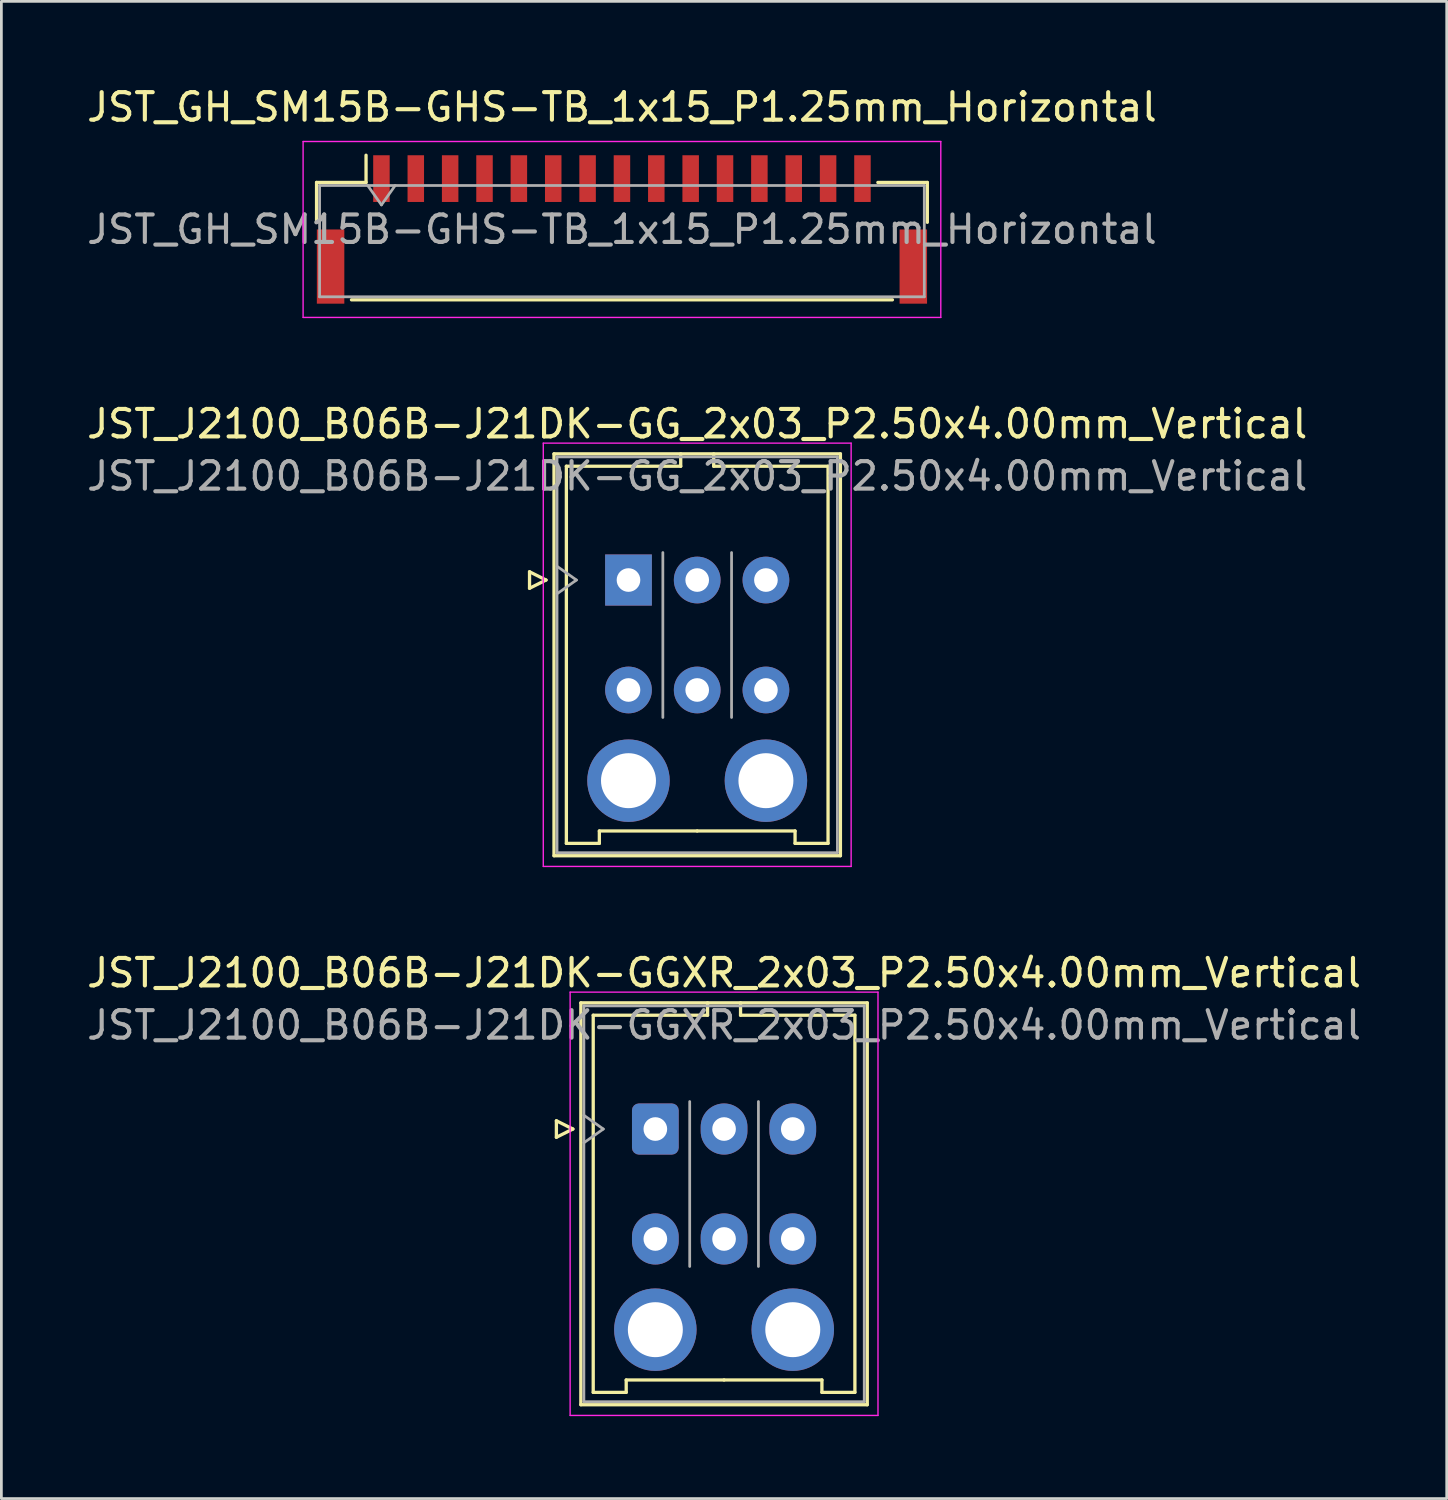
<source format=kicad_pcb>
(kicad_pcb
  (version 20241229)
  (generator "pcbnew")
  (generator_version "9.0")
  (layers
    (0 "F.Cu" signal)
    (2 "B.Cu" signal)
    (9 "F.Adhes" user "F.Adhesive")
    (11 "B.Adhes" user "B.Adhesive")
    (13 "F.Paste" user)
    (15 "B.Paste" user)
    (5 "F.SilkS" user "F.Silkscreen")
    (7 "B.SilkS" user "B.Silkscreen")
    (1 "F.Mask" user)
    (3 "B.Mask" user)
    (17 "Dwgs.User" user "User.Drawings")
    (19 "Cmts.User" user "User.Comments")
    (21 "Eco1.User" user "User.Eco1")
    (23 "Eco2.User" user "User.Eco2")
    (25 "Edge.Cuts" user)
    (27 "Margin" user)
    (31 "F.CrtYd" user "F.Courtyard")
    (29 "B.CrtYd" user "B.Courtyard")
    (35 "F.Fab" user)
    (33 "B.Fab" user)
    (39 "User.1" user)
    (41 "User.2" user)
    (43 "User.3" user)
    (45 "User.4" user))
  (footprint "JST_J2100_B06B-J21DK-GGXR_2x03_P2.50x4.00mm_Vertical"
    (layer "F.Cu")
    (at 20.792 38.025)
    (property "Reference" "JST_J2100_B06B-J21DK-GGXR_2x03_P2.50x4.00mm_Vertical" (at 2.5 -5.68 0) (layer "F.SilkS") (effects (font (size 1 1) (thickness 0.15))))
    (attr through_hole)
    (fp_line (start -3.6 -0.3) (end -3 0) (stroke (width 0.12) (type solid)) (layer "F.SilkS"))
    (fp_line (start -3.6 0.3) (end -3.6 -0.3) (stroke (width 0.12) (type solid)) (layer "F.SilkS"))
    (fp_line (start -3 0) (end -3.6 0.3) (stroke (width 0.12) (type solid)) (layer "F.SilkS"))
    (fp_line (start -2.71 -4.59) (end -2.71 10.03) (stroke (width 0.12) (type solid)) (layer "F.SilkS"))
    (fp_line (start -2.71 10.03) (end 7.71 10.03) (stroke (width 0.12) (type solid)) (layer "F.SilkS"))
    (fp_line (start -2.26 -4.14) (end -2.26 9.58) (stroke (width 0.12) (type solid)) (layer "F.SilkS"))
    (fp_line (start -2.26 9.58) (end -1.06 9.58) (stroke (width 0.12) (type solid)) (layer "F.SilkS"))
    (fp_line (start -1.06 9.13) (end 2.5 9.13) (stroke (width 0.12) (type solid)) (layer "F.SilkS"))
    (fp_line (start -1.06 9.58) (end -1.06 9.13) (stroke (width 0.12) (type solid)) (layer "F.SilkS"))
    (fp_line (start 1.9 -4.59) (end 1.9 -4.14) (stroke (width 0.12) (type solid)) (layer "F.SilkS"))
    (fp_line (start 1.9 -4.14) (end -2.26 -4.14) (stroke (width 0.12) (type solid)) (layer "F.SilkS"))
    (fp_line (start 3.1 -4.59) (end 3.1 -4.14) (stroke (width 0.12) (type solid)) (layer "F.SilkS"))
    (fp_line (start 3.1 -4.14) (end 7.26 -4.14) (stroke (width 0.12) (type solid)) (layer "F.SilkS"))
    (fp_line (start 6.06 9.13) (end 2.5 9.13) (stroke (width 0.12) (type solid)) (layer "F.SilkS"))
    (fp_line (start 6.06 9.58) (end 6.06 9.13) (stroke (width 0.12) (type solid)) (layer "F.SilkS"))
    (fp_line (start 7.26 -4.14) (end 7.26 9.58) (stroke (width 0.12) (type solid)) (layer "F.SilkS"))
    (fp_line (start 7.26 9.58) (end 6.06 9.58) (stroke (width 0.12) (type solid)) (layer "F.SilkS"))
    (fp_line (start 7.71 -4.59) (end -2.71 -4.59) (stroke (width 0.12) (type solid)) (layer "F.SilkS"))
    (fp_line (start 7.71 10.03) (end 7.71 -4.59) (stroke (width 0.12) (type solid)) (layer "F.SilkS"))
    (fp_line (start -3.1 -4.98) (end -3.1 10.42) (stroke (width 0.05) (type solid)) (layer "F.CrtYd"))
    (fp_line (start -3.1 10.42) (end 8.1 10.42) (stroke (width 0.05) (type solid)) (layer "F.CrtYd"))
    (fp_line (start 8.1 -4.98) (end -3.1 -4.98) (stroke (width 0.05) (type solid)) (layer "F.CrtYd"))
    (fp_line (start 8.1 10.42) (end 8.1 -4.98) (stroke (width 0.05) (type solid)) (layer "F.CrtYd"))
    (fp_line (start -2.6 -4.48) (end -2.6 9.92) (stroke (width 0.1) (type solid)) (layer "F.Fab"))
    (fp_line (start -2.6 0.5) (end -1.893 0) (stroke (width 0.1) (type solid)) (layer "F.Fab"))
    (fp_line (start -2.6 9.92) (end 7.6 9.92) (stroke (width 0.1) (type solid)) (layer "F.Fab"))
    (fp_line (start -1.893 0) (end -2.6 -0.5) (stroke (width 0.1) (type solid)) (layer "F.Fab"))
    (fp_line (start 1.25 5) (end 1.25 -1) (stroke (width 0.1) (type solid)) (layer "F.Fab"))
    (fp_line (start 3.75 5) (end 3.75 -1) (stroke (width 0.1) (type solid)) (layer "F.Fab"))
    (fp_line (start 7.6 -4.48) (end -2.6 -4.48) (stroke (width 0.1) (type solid)) (layer "F.Fab"))
    (fp_line (start 7.6 9.92) (end 7.6 -4.48) (stroke (width 0.1) (type solid)) (layer "F.Fab"))
    (fp_text user "${REFERENCE}" (at 2.5 -3.78 0) (layer "F.Fab") (effects (font (size 1 1) (thickness 0.15))))
    (pad "" thru_hole circle (at 0 7.3) (size 3 3) (drill 2) (layers "*.Cu" "*.Mask"))
    (pad "" thru_hole circle (at 5 7.3) (size 3 3) (drill 2) (layers "*.Cu" "*.Mask"))
    (pad "1" thru_hole roundrect (at 0 0) (size 1.7 1.86) (drill 0.86) (layers "*.Cu" "*.Mask") (roundrect_rratio 0.147))
    (pad "2" thru_hole oval (at 2.5 0) (size 1.7 1.86) (drill 0.86) (layers "*.Cu" "*.Mask"))
    (pad "3" thru_hole oval (at 5 0) (size 1.7 1.86) (drill 0.86) (layers "*.Cu" "*.Mask"))
    (pad "4" thru_hole oval (at 0 4) (size 1.7 1.86) (drill 0.86) (layers "*.Cu" "*.Mask"))
    (pad "5" thru_hole oval (at 2.5 4) (size 1.7 1.86) (drill 0.86) (layers "*.Cu" "*.Mask"))
    (pad "6" thru_hole oval (at 5 4) (size 1.7 1.86) (drill 0.86) (layers "*.Cu" "*.Mask")))
  (footprint "JST_GH_SM15B-GHS-TB_1x15_P1.25mm_Horizontal"
    (layer "F.Cu")
    (at 19.577 5.298)
    (property "Reference" "JST_GH_SM15B-GHS-TB_1x15_P1.25mm_Horizontal" (at 0 -4.45 0) (layer "F.SilkS") (effects (font (size 1 1) (thickness 0.15))))
    (attr smd)
    (fp_line (start -11.11 -1.71) (end -9.31 -1.71) (stroke (width 0.12) (type solid)) (layer "F.SilkS"))
    (fp_line (start -11.11 -0.26) (end -11.11 -1.71) (stroke (width 0.12) (type solid)) (layer "F.SilkS"))
    (fp_line (start -9.84 2.56) (end 9.84 2.56) (stroke (width 0.12) (type solid)) (layer "F.SilkS"))
    (fp_line (start -9.31 -1.71) (end -9.31 -2.7) (stroke (width 0.12) (type solid)) (layer "F.SilkS"))
    (fp_line (start 11.11 -1.71) (end 9.31 -1.71) (stroke (width 0.12) (type solid)) (layer "F.SilkS"))
    (fp_line (start 11.11 -0.26) (end 11.11 -1.71) (stroke (width 0.12) (type solid)) (layer "F.SilkS"))
    (fp_line (start -11.6 -3.2) (end -11.6 3.2) (stroke (width 0.05) (type solid)) (layer "F.CrtYd"))
    (fp_line (start -11.6 3.2) (end 11.6 3.2) (stroke (width 0.05) (type solid)) (layer "F.CrtYd"))
    (fp_line (start 11.6 -3.2) (end -11.6 -3.2) (stroke (width 0.05) (type solid)) (layer "F.CrtYd"))
    (fp_line (start 11.6 3.2) (end 11.6 -3.2) (stroke (width 0.05) (type solid)) (layer "F.CrtYd"))
    (fp_line (start -11 -1.6) (end -11 2.45) (stroke (width 0.1) (type solid)) (layer "F.Fab"))
    (fp_line (start -11 -1.6) (end 11 -1.6) (stroke (width 0.1) (type solid)) (layer "F.Fab"))
    (fp_line (start -11 2.45) (end 11 2.45) (stroke (width 0.1) (type solid)) (layer "F.Fab"))
    (fp_line (start -9.25 -1.6) (end -8.75 -0.893) (stroke (width 0.1) (type solid)) (layer "F.Fab"))
    (fp_line (start -8.75 -0.893) (end -8.25 -1.6) (stroke (width 0.1) (type solid)) (layer "F.Fab"))
    (fp_line (start 11 -1.6) (end 11 2.45) (stroke (width 0.1) (type solid)) (layer "F.Fab"))
    (fp_text user "${REFERENCE}" (at 0 0 0) (layer "F.Fab") (effects (font (size 1 1) (thickness 0.15))))
    (pad "" smd rect (at -10.6 1.35) (size 1 2.7) (layers "F.Cu" "F.Mask" "F.Paste"))
    (pad "" smd rect (at 10.6 1.35) (size 1 2.7) (layers "F.Cu" "F.Mask" "F.Paste"))
    (pad "1" smd rect (at -8.75 -1.85) (size 0.6 1.7) (layers "F.Cu" "F.Mask" "F.Paste"))
    (pad "2" smd rect (at -7.5 -1.85) (size 0.6 1.7) (layers "F.Cu" "F.Mask" "F.Paste"))
    (pad "3" smd rect (at -6.25 -1.85) (size 0.6 1.7) (layers "F.Cu" "F.Mask" "F.Paste"))
    (pad "4" smd rect (at -5 -1.85) (size 0.6 1.7) (layers "F.Cu" "F.Mask" "F.Paste"))
    (pad "5" smd rect (at -3.75 -1.85) (size 0.6 1.7) (layers "F.Cu" "F.Mask" "F.Paste"))
    (pad "6" smd rect (at -2.5 -1.85) (size 0.6 1.7) (layers "F.Cu" "F.Mask" "F.Paste"))
    (pad "7" smd rect (at -1.25 -1.85) (size 0.6 1.7) (layers "F.Cu" "F.Mask" "F.Paste"))
    (pad "8" smd rect (at 0 -1.85) (size 0.6 1.7) (layers "F.Cu" "F.Mask" "F.Paste"))
    (pad "9" smd rect (at 1.25 -1.85) (size 0.6 1.7) (layers "F.Cu" "F.Mask" "F.Paste"))
    (pad "10" smd rect (at 2.5 -1.85) (size 0.6 1.7) (layers "F.Cu" "F.Mask" "F.Paste"))
    (pad "11" smd rect (at 3.75 -1.85) (size 0.6 1.7) (layers "F.Cu" "F.Mask" "F.Paste"))
    (pad "12" smd rect (at 5 -1.85) (size 0.6 1.7) (layers "F.Cu" "F.Mask" "F.Paste"))
    (pad "13" smd rect (at 6.25 -1.85) (size 0.6 1.7) (layers "F.Cu" "F.Mask" "F.Paste"))
    (pad "14" smd rect (at 7.5 -1.85) (size 0.6 1.7) (layers "F.Cu" "F.Mask" "F.Paste"))
    (pad "15" smd rect (at 8.75 -1.85) (size 0.6 1.7) (layers "F.Cu" "F.Mask" "F.Paste")))
  (footprint "JST_J2100_B06B-J21DK-GG_2x03_P2.50x4.00mm_Vertical"
    (layer "F.Cu")
    (at 19.815 18.052)
    (property "Reference" "JST_J2100_B06B-J21DK-GG_2x03_P2.50x4.00mm_Vertical" (at 2.5 -5.68 0) (layer "F.SilkS") (effects (font (size 1 1) (thickness 0.15))))
    (attr through_hole)
    (fp_line (start -3.6 -0.3) (end -3 0) (stroke (width 0.12) (type solid)) (layer "F.SilkS"))
    (fp_line (start -3.6 0.3) (end -3.6 -0.3) (stroke (width 0.12) (type solid)) (layer "F.SilkS"))
    (fp_line (start -3 0) (end -3.6 0.3) (stroke (width 0.12) (type solid)) (layer "F.SilkS"))
    (fp_line (start -2.71 -4.59) (end -2.71 10.03) (stroke (width 0.12) (type solid)) (layer "F.SilkS"))
    (fp_line (start -2.71 10.03) (end 7.71 10.03) (stroke (width 0.12) (type solid)) (layer "F.SilkS"))
    (fp_line (start -2.26 -4.14) (end -2.26 9.58) (stroke (width 0.12) (type solid)) (layer "F.SilkS"))
    (fp_line (start -2.26 9.58) (end -1.06 9.58) (stroke (width 0.12) (type solid)) (layer "F.SilkS"))
    (fp_line (start -1.06 9.13) (end 2.5 9.13) (stroke (width 0.12) (type solid)) (layer "F.SilkS"))
    (fp_line (start -1.06 9.58) (end -1.06 9.13) (stroke (width 0.12) (type solid)) (layer "F.SilkS"))
    (fp_line (start 1.9 -4.59) (end 1.9 -4.14) (stroke (width 0.12) (type solid)) (layer "F.SilkS"))
    (fp_line (start 1.9 -4.14) (end -2.26 -4.14) (stroke (width 0.12) (type solid)) (layer "F.SilkS"))
    (fp_line (start 3.1 -4.59) (end 3.1 -4.14) (stroke (width 0.12) (type solid)) (layer "F.SilkS"))
    (fp_line (start 3.1 -4.14) (end 7.26 -4.14) (stroke (width 0.12) (type solid)) (layer "F.SilkS"))
    (fp_line (start 6.06 9.13) (end 2.5 9.13) (stroke (width 0.12) (type solid)) (layer "F.SilkS"))
    (fp_line (start 6.06 9.58) (end 6.06 9.13) (stroke (width 0.12) (type solid)) (layer "F.SilkS"))
    (fp_line (start 7.26 -4.14) (end 7.26 9.58) (stroke (width 0.12) (type solid)) (layer "F.SilkS"))
    (fp_line (start 7.26 9.58) (end 6.06 9.58) (stroke (width 0.12) (type solid)) (layer "F.SilkS"))
    (fp_line (start 7.71 -4.59) (end -2.71 -4.59) (stroke (width 0.12) (type solid)) (layer "F.SilkS"))
    (fp_line (start 7.71 10.03) (end 7.71 -4.59) (stroke (width 0.12) (type solid)) (layer "F.SilkS"))
    (fp_line (start -3.1 -4.98) (end -3.1 10.42) (stroke (width 0.05) (type solid)) (layer "F.CrtYd"))
    (fp_line (start -3.1 10.42) (end 8.1 10.42) (stroke (width 0.05) (type solid)) (layer "F.CrtYd"))
    (fp_line (start 8.1 -4.98) (end -3.1 -4.98) (stroke (width 0.05) (type solid)) (layer "F.CrtYd"))
    (fp_line (start 8.1 10.42) (end 8.1 -4.98) (stroke (width 0.05) (type solid)) (layer "F.CrtYd"))
    (fp_line (start -2.6 -4.48) (end -2.6 9.92) (stroke (width 0.1) (type solid)) (layer "F.Fab"))
    (fp_line (start -2.6 0.5) (end -1.893 0) (stroke (width 0.1) (type solid)) (layer "F.Fab"))
    (fp_line (start -2.6 9.92) (end 7.6 9.92) (stroke (width 0.1) (type solid)) (layer "F.Fab"))
    (fp_line (start -1.893 0) (end -2.6 -0.5) (stroke (width 0.1) (type solid)) (layer "F.Fab"))
    (fp_line (start 1.25 5) (end 1.25 -1) (stroke (width 0.1) (type solid)) (layer "F.Fab"))
    (fp_line (start 3.75 5) (end 3.75 -1) (stroke (width 0.1) (type solid)) (layer "F.Fab"))
    (fp_line (start 7.6 -4.48) (end -2.6 -4.48) (stroke (width 0.1) (type solid)) (layer "F.Fab"))
    (fp_line (start 7.6 9.92) (end 7.6 -4.48) (stroke (width 0.1) (type solid)) (layer "F.Fab"))
    (fp_text user "${REFERENCE}" (at 2.5 -3.78 0) (layer "F.Fab") (effects (font (size 1 1) (thickness 0.15))))
    (pad "" thru_hole circle (at 0 7.3) (size 3 3) (drill 2) (layers "*.Cu" "*.Mask"))
    (pad "" thru_hole circle (at 5 7.3) (size 3 3) (drill 2) (layers "*.Cu" "*.Mask"))
    (pad "a1" thru_hole rect (at 0 0) (size 1.7 1.86) (drill 0.86) (layers "*.Cu" "*.Mask"))
    (pad "a2" thru_hole circle (at 2.5 0) (size 1.7 1.7) (drill 0.86) (layers "*.Cu" "*.Mask"))
    (pad "a3" thru_hole circle (at 5 0) (size 1.7 1.7) (drill 0.86) (layers "*.Cu" "*.Mask"))
    (pad "b1" thru_hole circle (at 0 4) (size 1.7 1.7) (drill 0.86) (layers "*.Cu" "*.Mask"))
    (pad "b2" thru_hole circle (at 2.5 4) (size 1.7 1.7) (drill 0.86) (layers "*.Cu" "*.Mask"))
    (pad "b3" thru_hole circle (at 5 4) (size 1.7 1.7) (drill 0.86) (layers "*.Cu" "*.Mask")))
  (gr_rect
    (start -3 -3)
    (end 49.583 51.47)
    (stroke (width 0.1) (type default))
    (fill no)
    (layer "Edge.Cuts")))
</source>
